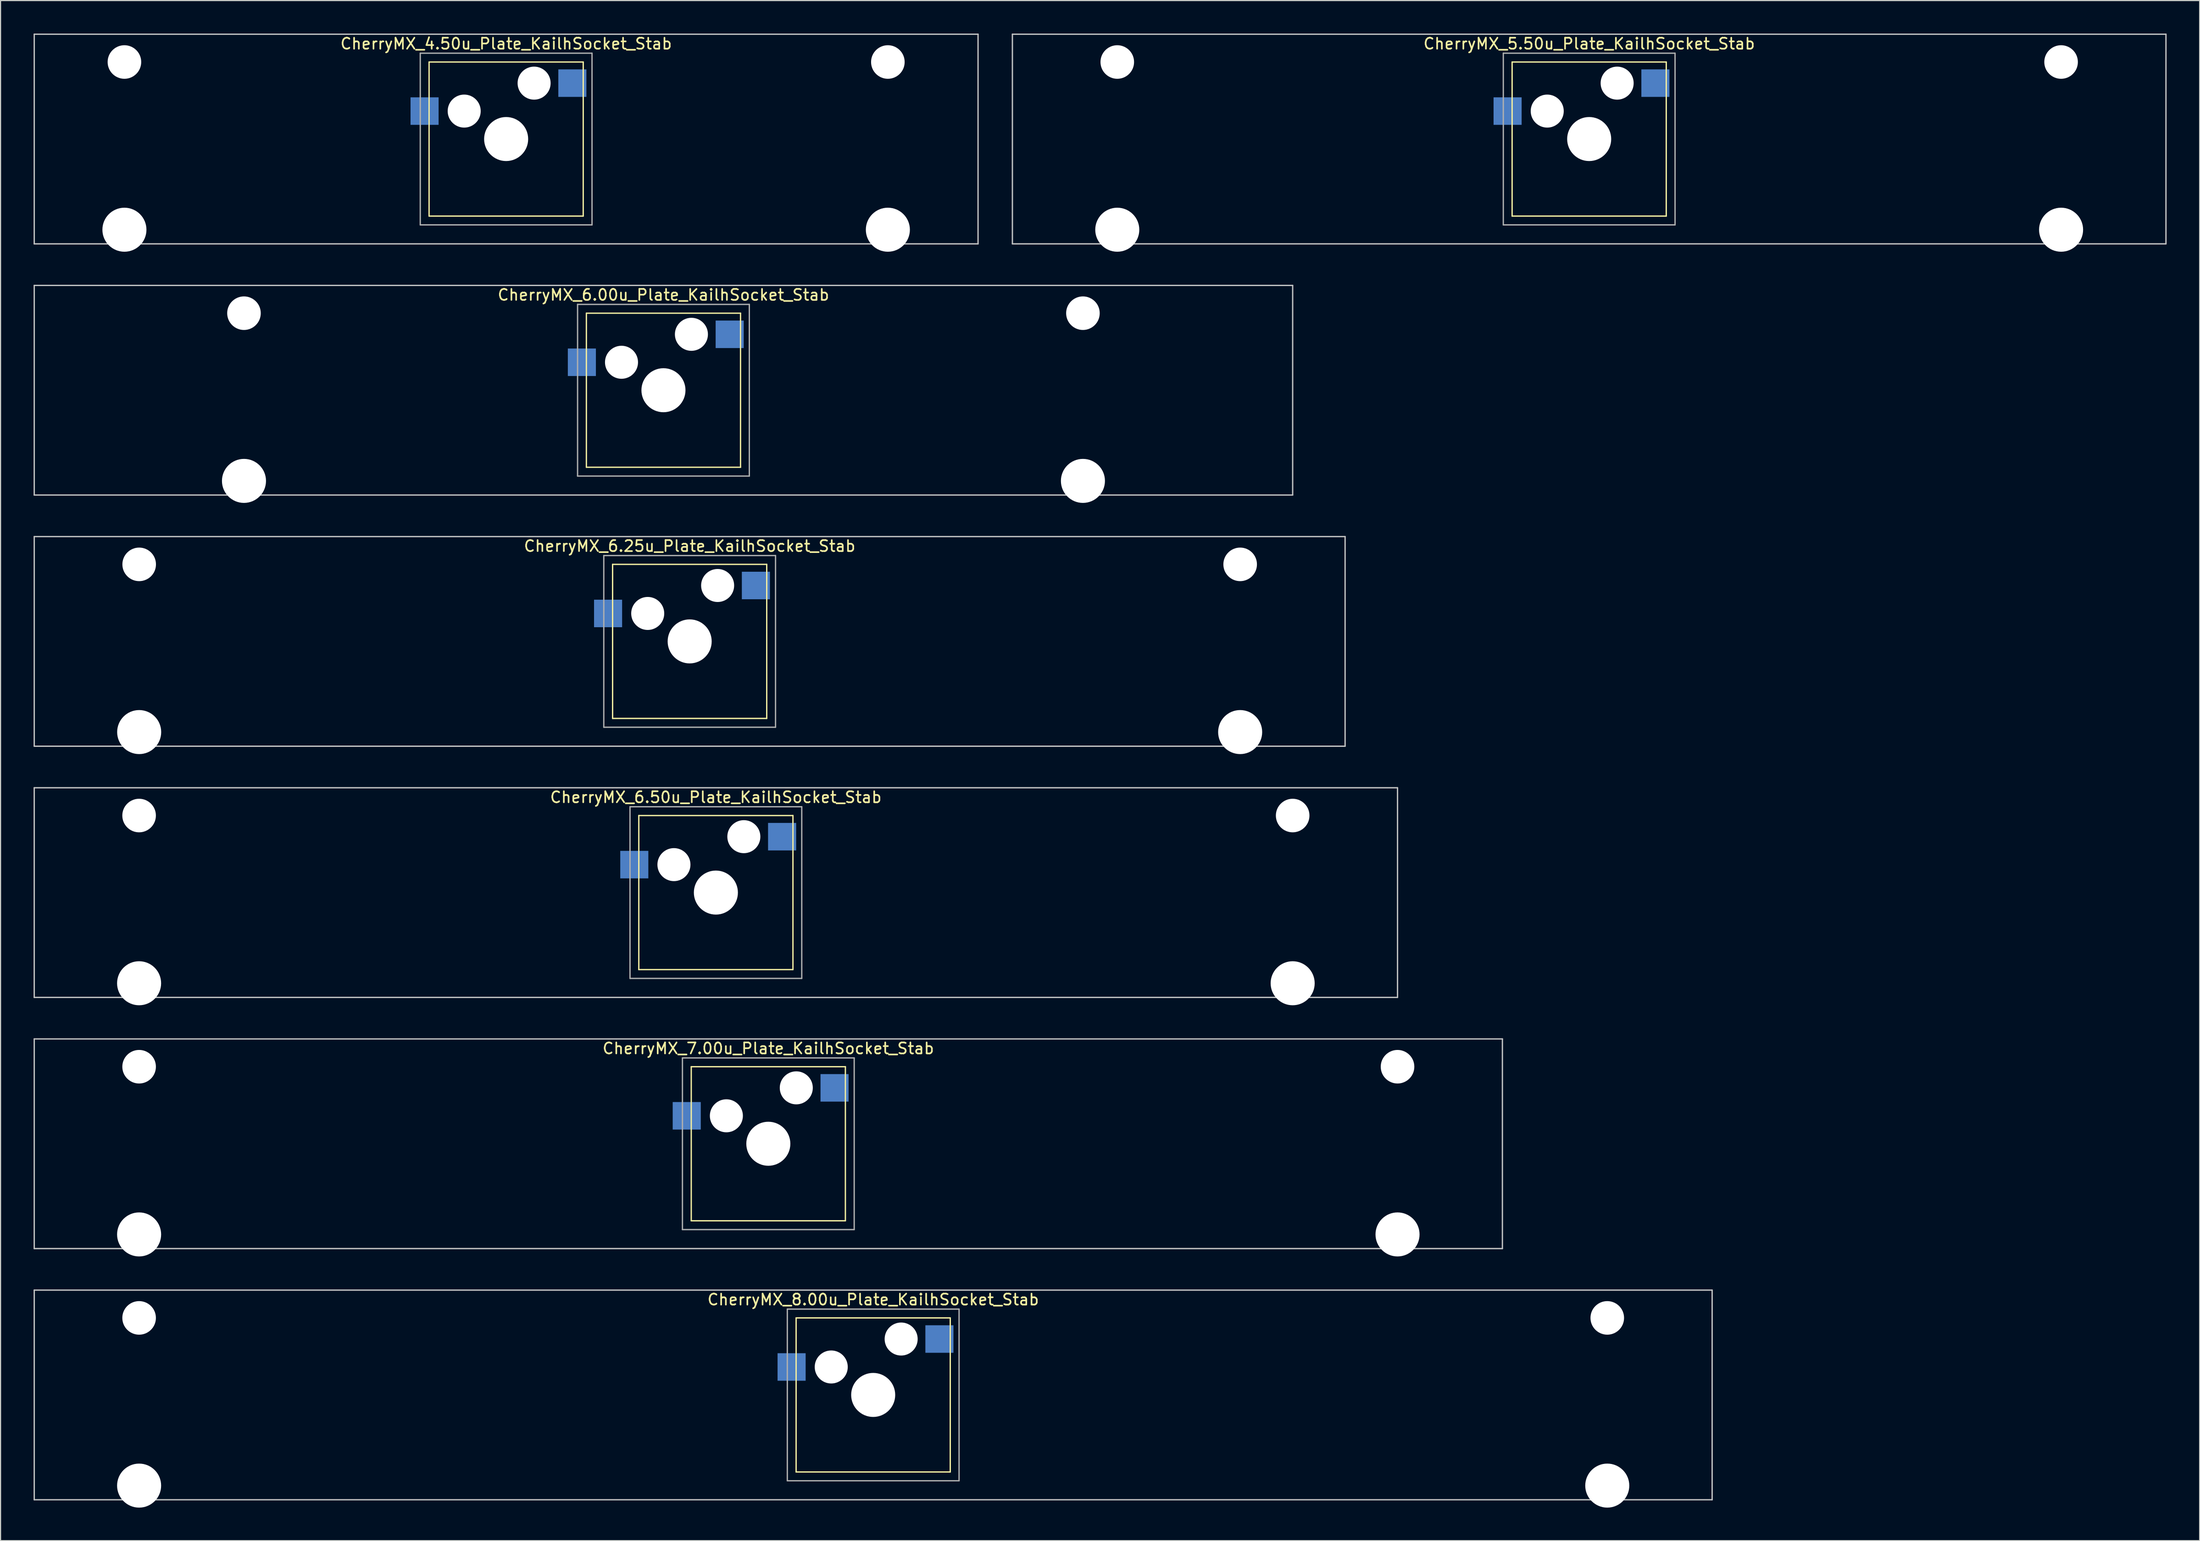
<source format=kicad_pcb>
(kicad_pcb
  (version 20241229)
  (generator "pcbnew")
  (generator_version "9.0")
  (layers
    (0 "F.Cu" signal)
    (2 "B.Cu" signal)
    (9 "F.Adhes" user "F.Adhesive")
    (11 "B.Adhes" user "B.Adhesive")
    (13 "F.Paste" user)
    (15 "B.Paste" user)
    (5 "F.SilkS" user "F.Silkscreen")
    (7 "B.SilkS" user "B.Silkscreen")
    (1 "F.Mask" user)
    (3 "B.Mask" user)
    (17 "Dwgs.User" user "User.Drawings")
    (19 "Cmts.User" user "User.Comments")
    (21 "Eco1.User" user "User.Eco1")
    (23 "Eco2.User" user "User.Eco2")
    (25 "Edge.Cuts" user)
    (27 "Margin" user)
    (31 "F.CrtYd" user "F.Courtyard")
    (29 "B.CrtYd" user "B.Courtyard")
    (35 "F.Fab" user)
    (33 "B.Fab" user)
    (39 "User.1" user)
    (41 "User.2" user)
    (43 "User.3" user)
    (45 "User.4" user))
  (footprint "CherryMX_7.00u_Plate_KailhSocket_Stab"
    (layer "F.Cu")
    (at 66.735 100.885)
    (property "Reference" "CherryMX_7.00u_Plate_KailhSocket_Stab" (at 0 -8.662 0) (layer "F.SilkS") (effects (font (size 1 1) (thickness 0.15))))
    (attr through_hole)
    (fp_line (start -7 -7) (end -7 7) (stroke (width 0.12) (type solid)) (layer "F.SilkS"))
    (fp_line (start -7 -7) (end 7 -7) (stroke (width 0.12) (type solid)) (layer "F.SilkS"))
    (fp_line (start 7 -7) (end 7 7) (stroke (width 0.12) (type solid)) (layer "F.SilkS"))
    (fp_line (start 7 7) (end -7 7) (stroke (width 0.12) (type solid)) (layer "F.SilkS"))
    (fp_line (start -66.675 -9.525) (end 66.675 -9.525) (stroke (width 0.12) (type solid)) (layer "Dwgs.User"))
    (fp_line (start -66.675 9.525) (end -66.675 -9.525) (stroke (width 0.12) (type solid)) (layer "Dwgs.User"))
    (fp_line (start 66.675 -9.525) (end 66.675 9.525) (stroke (width 0.12) (type solid)) (layer "Dwgs.User"))
    (fp_line (start 66.675 9.525) (end -66.675 9.525) (stroke (width 0.12) (type solid)) (layer "Dwgs.User"))
    (fp_line (start -7.8 -7.8) (end -7.8 7.8) (stroke (width 0.12) (type solid)) (layer "F.Fab"))
    (fp_line (start -7.8 -7.8) (end 7.8 -7.8) (stroke (width 0.12) (type solid)) (layer "F.Fab"))
    (fp_line (start -7.8 7.8) (end 7.8 7.8) (stroke (width 0.12) (type solid)) (layer "F.Fab"))
    (fp_line (start 7.8 -7.8) (end 7.8 7.8) (stroke (width 0.12) (type solid)) (layer "F.Fab"))
    (pad "" np_thru_hole circle (at -57.15 -7) (size 3.05 3.05) (drill 3.05) (layers "*.Cu" "*.Mask"))
    (pad "" np_thru_hole circle (at -57.15 8.24) (size 4 4) (drill 4) (layers "*.Cu" "*.Mask"))
    (pad "" np_thru_hole circle (at -3.81 -2.54) (size 3 3) (drill 3) (layers "*.Cu" "*.Mask"))
    (pad "" np_thru_hole circle (at 0 0) (size 4 4) (drill 4) (layers "*.Cu" "*.Mask"))
    (pad "" np_thru_hole circle (at 2.54 -5.08) (size 3 3) (drill 3) (layers "*.Cu" "*.Mask"))
    (pad "" np_thru_hole circle (at 57.15 -7) (size 3.05 3.05) (drill 3.05) (layers "*.Cu" "*.Mask"))
    (pad "" np_thru_hole circle (at 57.15 8.24) (size 4 4) (drill 4) (layers "*.Cu" "*.Mask"))
    (pad "1" smd rect (at -7.41 -2.54) (size 2.55 2.5) (layers "B.Cu" "B.Mask" "B.Paste"))
    (pad "2" smd rect (at 6.015 -5.08) (size 2.55 2.5) (layers "B.Cu" "B.Mask" "B.Paste")))
  (footprint "CherryMX_8.00u_Plate_KailhSocket_Stab"
    (layer "F.Cu")
    (at 76.26 123.71)
    (property "Reference" "CherryMX_8.00u_Plate_KailhSocket_Stab" (at 0 -8.662 0) (layer "F.SilkS") (effects (font (size 1 1) (thickness 0.15))))
    (attr through_hole)
    (fp_line (start -7 -7) (end -7 7) (stroke (width 0.12) (type solid)) (layer "F.SilkS"))
    (fp_line (start -7 -7) (end 7 -7) (stroke (width 0.12) (type solid)) (layer "F.SilkS"))
    (fp_line (start 7 -7) (end 7 7) (stroke (width 0.12) (type solid)) (layer "F.SilkS"))
    (fp_line (start 7 7) (end -7 7) (stroke (width 0.12) (type solid)) (layer "F.SilkS"))
    (fp_line (start -76.2 -9.525) (end 76.2 -9.525) (stroke (width 0.12) (type solid)) (layer "Dwgs.User"))
    (fp_line (start -76.2 9.525) (end -76.2 -9.525) (stroke (width 0.12) (type solid)) (layer "Dwgs.User"))
    (fp_line (start 76.2 -9.525) (end 76.2 9.525) (stroke (width 0.12) (type solid)) (layer "Dwgs.User"))
    (fp_line (start 76.2 9.525) (end -76.2 9.525) (stroke (width 0.12) (type solid)) (layer "Dwgs.User"))
    (fp_line (start -7.8 -7.8) (end -7.8 7.8) (stroke (width 0.12) (type solid)) (layer "F.Fab"))
    (fp_line (start -7.8 -7.8) (end 7.8 -7.8) (stroke (width 0.12) (type solid)) (layer "F.Fab"))
    (fp_line (start -7.8 7.8) (end 7.8 7.8) (stroke (width 0.12) (type solid)) (layer "F.Fab"))
    (fp_line (start 7.8 -7.8) (end 7.8 7.8) (stroke (width 0.12) (type solid)) (layer "F.Fab"))
    (pad "" np_thru_hole circle (at -66.675 -7) (size 3.05 3.05) (drill 3.05) (layers "*.Cu" "*.Mask"))
    (pad "" np_thru_hole circle (at -66.675 8.24) (size 4 4) (drill 4) (layers "*.Cu" "*.Mask"))
    (pad "" np_thru_hole circle (at -3.81 -2.54) (size 3 3) (drill 3) (layers "*.Cu" "*.Mask"))
    (pad "" np_thru_hole circle (at 0 0) (size 4 4) (drill 4) (layers "*.Cu" "*.Mask"))
    (pad "" np_thru_hole circle (at 2.54 -5.08) (size 3 3) (drill 3) (layers "*.Cu" "*.Mask"))
    (pad "" np_thru_hole circle (at 66.675 -7) (size 3.05 3.05) (drill 3.05) (layers "*.Cu" "*.Mask"))
    (pad "" np_thru_hole circle (at 66.675 8.24) (size 4 4) (drill 4) (layers "*.Cu" "*.Mask"))
    (pad "1" smd rect (at -7.41 -2.54) (size 2.55 2.5) (layers "B.Cu" "B.Mask" "B.Paste"))
    (pad "2" smd rect (at 6.015 -5.08) (size 2.55 2.5) (layers "B.Cu" "B.Mask" "B.Paste")))
  (footprint "CherryMX_6.00u_Plate_KailhSocket_Stab"
    (layer "F.Cu")
    (at 57.21 32.41)
    (property "Reference" "CherryMX_6.00u_Plate_KailhSocket_Stab" (at 0 -8.662 0) (layer "F.SilkS") (effects (font (size 1 1) (thickness 0.15))))
    (attr through_hole)
    (fp_line (start -7 -7) (end -7 7) (stroke (width 0.12) (type solid)) (layer "F.SilkS"))
    (fp_line (start -7 -7) (end 7 -7) (stroke (width 0.12) (type solid)) (layer "F.SilkS"))
    (fp_line (start 7 -7) (end 7 7) (stroke (width 0.12) (type solid)) (layer "F.SilkS"))
    (fp_line (start 7 7) (end -7 7) (stroke (width 0.12) (type solid)) (layer "F.SilkS"))
    (fp_line (start -57.15 -9.525) (end 57.15 -9.525) (stroke (width 0.12) (type solid)) (layer "Dwgs.User"))
    (fp_line (start -57.15 9.525) (end -57.15 -9.525) (stroke (width 0.12) (type solid)) (layer "Dwgs.User"))
    (fp_line (start 57.15 -9.525) (end 57.15 9.525) (stroke (width 0.12) (type solid)) (layer "Dwgs.User"))
    (fp_line (start 57.15 9.525) (end -57.15 9.525) (stroke (width 0.12) (type solid)) (layer "Dwgs.User"))
    (fp_line (start -7.8 -7.8) (end -7.8 7.8) (stroke (width 0.12) (type solid)) (layer "F.Fab"))
    (fp_line (start -7.8 -7.8) (end 7.8 -7.8) (stroke (width 0.12) (type solid)) (layer "F.Fab"))
    (fp_line (start -7.8 7.8) (end 7.8 7.8) (stroke (width 0.12) (type solid)) (layer "F.Fab"))
    (fp_line (start 7.8 -7.8) (end 7.8 7.8) (stroke (width 0.12) (type solid)) (layer "F.Fab"))
    (pad "" np_thru_hole circle (at -38.1 -7) (size 3.05 3.05) (drill 3.05) (layers "*.Cu" "*.Mask"))
    (pad "" np_thru_hole circle (at -38.1 8.24) (size 4 4) (drill 4) (layers "*.Cu" "*.Mask"))
    (pad "" np_thru_hole circle (at -3.81 -2.54) (size 3 3) (drill 3) (layers "*.Cu" "*.Mask"))
    (pad "" np_thru_hole circle (at 0 0) (size 4 4) (drill 4) (layers "*.Cu" "*.Mask"))
    (pad "" np_thru_hole circle (at 2.54 -5.08) (size 3 3) (drill 3) (layers "*.Cu" "*.Mask"))
    (pad "" np_thru_hole circle (at 38.1 -7) (size 3.05 3.05) (drill 3.05) (layers "*.Cu" "*.Mask"))
    (pad "" np_thru_hole circle (at 38.1 8.24) (size 4 4) (drill 4) (layers "*.Cu" "*.Mask"))
    (pad "1" smd rect (at -7.41 -2.54) (size 2.55 2.5) (layers "B.Cu" "B.Mask" "B.Paste"))
    (pad "2" smd rect (at 6.015 -5.08) (size 2.55 2.5) (layers "B.Cu" "B.Mask" "B.Paste")))
  (footprint "CherryMX_4.50u_Plate_KailhSocket_Stab"
    (layer "F.Cu")
    (at 42.922 9.585)
    (property "Reference" "CherryMX_4.50u_Plate_KailhSocket_Stab" (at 0 -8.662 0) (layer "F.SilkS") (effects (font (size 1 1) (thickness 0.15))))
    (attr through_hole)
    (fp_line (start -7 -7) (end -7 7) (stroke (width 0.12) (type solid)) (layer "F.SilkS"))
    (fp_line (start -7 -7) (end 7 -7) (stroke (width 0.12) (type solid)) (layer "F.SilkS"))
    (fp_line (start 7 -7) (end 7 7) (stroke (width 0.12) (type solid)) (layer "F.SilkS"))
    (fp_line (start 7 7) (end -7 7) (stroke (width 0.12) (type solid)) (layer "F.SilkS"))
    (fp_line (start -42.862 -9.525) (end 42.862 -9.525) (stroke (width 0.12) (type solid)) (layer "Dwgs.User"))
    (fp_line (start -42.862 9.525) (end -42.862 -9.525) (stroke (width 0.12) (type solid)) (layer "Dwgs.User"))
    (fp_line (start 42.862 -9.525) (end 42.862 9.525) (stroke (width 0.12) (type solid)) (layer "Dwgs.User"))
    (fp_line (start 42.862 9.525) (end -42.862 9.525) (stroke (width 0.12) (type solid)) (layer "Dwgs.User"))
    (fp_line (start -7.8 -7.8) (end -7.8 7.8) (stroke (width 0.12) (type solid)) (layer "F.Fab"))
    (fp_line (start -7.8 -7.8) (end 7.8 -7.8) (stroke (width 0.12) (type solid)) (layer "F.Fab"))
    (fp_line (start -7.8 7.8) (end 7.8 7.8) (stroke (width 0.12) (type solid)) (layer "F.Fab"))
    (fp_line (start 7.8 -7.8) (end 7.8 7.8) (stroke (width 0.12) (type solid)) (layer "F.Fab"))
    (pad "" np_thru_hole circle (at -34.671 -7) (size 3.05 3.05) (drill 3.05) (layers "*.Cu" "*.Mask"))
    (pad "" np_thru_hole circle (at -34.671 8.24) (size 4 4) (drill 4) (layers "*.Cu" "*.Mask"))
    (pad "" np_thru_hole circle (at -3.81 -2.54) (size 3 3) (drill 3) (layers "*.Cu" "*.Mask"))
    (pad "" np_thru_hole circle (at 0 0) (size 4 4) (drill 4) (layers "*.Cu" "*.Mask"))
    (pad "" np_thru_hole circle (at 2.54 -5.08) (size 3 3) (drill 3) (layers "*.Cu" "*.Mask"))
    (pad "" np_thru_hole circle (at 34.671 -7) (size 3.05 3.05) (drill 3.05) (layers "*.Cu" "*.Mask"))
    (pad "" np_thru_hole circle (at 34.671 8.24) (size 4 4) (drill 4) (layers "*.Cu" "*.Mask"))
    (pad "1" smd rect (at -7.41 -2.54) (size 2.55 2.5) (layers "B.Cu" "B.Mask" "B.Paste"))
    (pad "2" smd rect (at 6.015 -5.08) (size 2.55 2.5) (layers "B.Cu" "B.Mask" "B.Paste")))
  (footprint "CherryMX_6.25u_Plate_KailhSocket_Stab"
    (layer "F.Cu")
    (at 59.591 55.235)
    (property "Reference" "CherryMX_6.25u_Plate_KailhSocket_Stab" (at 0 -8.662 0) (layer "F.SilkS") (effects (font (size 1 1) (thickness 0.15))))
    (attr through_hole)
    (fp_line (start -7 -7) (end -7 7) (stroke (width 0.12) (type solid)) (layer "F.SilkS"))
    (fp_line (start -7 -7) (end 7 -7) (stroke (width 0.12) (type solid)) (layer "F.SilkS"))
    (fp_line (start 7 -7) (end 7 7) (stroke (width 0.12) (type solid)) (layer "F.SilkS"))
    (fp_line (start 7 7) (end -7 7) (stroke (width 0.12) (type solid)) (layer "F.SilkS"))
    (fp_line (start -59.531 -9.525) (end 59.531 -9.525) (stroke (width 0.12) (type solid)) (layer "Dwgs.User"))
    (fp_line (start -59.531 9.525) (end -59.531 -9.525) (stroke (width 0.12) (type solid)) (layer "Dwgs.User"))
    (fp_line (start 59.531 -9.525) (end 59.531 9.525) (stroke (width 0.12) (type solid)) (layer "Dwgs.User"))
    (fp_line (start 59.531 9.525) (end -59.531 9.525) (stroke (width 0.12) (type solid)) (layer "Dwgs.User"))
    (fp_line (start -7.8 -7.8) (end -7.8 7.8) (stroke (width 0.12) (type solid)) (layer "F.Fab"))
    (fp_line (start -7.8 -7.8) (end 7.8 -7.8) (stroke (width 0.12) (type solid)) (layer "F.Fab"))
    (fp_line (start -7.8 7.8) (end 7.8 7.8) (stroke (width 0.12) (type solid)) (layer "F.Fab"))
    (fp_line (start 7.8 -7.8) (end 7.8 7.8) (stroke (width 0.12) (type solid)) (layer "F.Fab"))
    (pad "" np_thru_hole circle (at -50 -7) (size 3.05 3.05) (drill 3.05) (layers "*.Cu" "*.Mask"))
    (pad "" np_thru_hole circle (at -50 8.24) (size 4 4) (drill 4) (layers "*.Cu" "*.Mask"))
    (pad "" np_thru_hole circle (at -3.81 -2.54) (size 3 3) (drill 3) (layers "*.Cu" "*.Mask"))
    (pad "" np_thru_hole circle (at 0 0) (size 4 4) (drill 4) (layers "*.Cu" "*.Mask"))
    (pad "" np_thru_hole circle (at 2.54 -5.08) (size 3 3) (drill 3) (layers "*.Cu" "*.Mask"))
    (pad "" np_thru_hole circle (at 50 -7) (size 3.05 3.05) (drill 3.05) (layers "*.Cu" "*.Mask"))
    (pad "" np_thru_hole circle (at 50 8.24) (size 4 4) (drill 4) (layers "*.Cu" "*.Mask"))
    (pad "1" smd rect (at -7.41 -2.54) (size 2.55 2.5) (layers "B.Cu" "B.Mask" "B.Paste"))
    (pad "2" smd rect (at 6.015 -5.08) (size 2.55 2.5) (layers "B.Cu" "B.Mask" "B.Paste")))
  (footprint "CherryMX_6.50u_Plate_KailhSocket_Stab"
    (layer "F.Cu")
    (at 61.972 78.06)
    (property "Reference" "CherryMX_6.50u_Plate_KailhSocket_Stab" (at 0 -8.662 0) (layer "F.SilkS") (effects (font (size 1 1) (thickness 0.15))))
    (attr through_hole)
    (fp_line (start -7 -7) (end -7 7) (stroke (width 0.12) (type solid)) (layer "F.SilkS"))
    (fp_line (start -7 -7) (end 7 -7) (stroke (width 0.12) (type solid)) (layer "F.SilkS"))
    (fp_line (start 7 -7) (end 7 7) (stroke (width 0.12) (type solid)) (layer "F.SilkS"))
    (fp_line (start 7 7) (end -7 7) (stroke (width 0.12) (type solid)) (layer "F.SilkS"))
    (fp_line (start -61.913 -9.525) (end 61.913 -9.525) (stroke (width 0.12) (type solid)) (layer "Dwgs.User"))
    (fp_line (start -61.913 9.525) (end -61.913 -9.525) (stroke (width 0.12) (type solid)) (layer "Dwgs.User"))
    (fp_line (start 61.913 -9.525) (end 61.913 9.525) (stroke (width 0.12) (type solid)) (layer "Dwgs.User"))
    (fp_line (start 61.913 9.525) (end -61.913 9.525) (stroke (width 0.12) (type solid)) (layer "Dwgs.User"))
    (fp_line (start -7.8 -7.8) (end -7.8 7.8) (stroke (width 0.12) (type solid)) (layer "F.Fab"))
    (fp_line (start -7.8 -7.8) (end 7.8 -7.8) (stroke (width 0.12) (type solid)) (layer "F.Fab"))
    (fp_line (start -7.8 7.8) (end 7.8 7.8) (stroke (width 0.12) (type solid)) (layer "F.Fab"))
    (fp_line (start 7.8 -7.8) (end 7.8 7.8) (stroke (width 0.12) (type solid)) (layer "F.Fab"))
    (pad "" np_thru_hole circle (at -52.388 -7) (size 3.05 3.05) (drill 3.05) (layers "*.Cu" "*.Mask"))
    (pad "" np_thru_hole circle (at -52.388 8.24) (size 4 4) (drill 4) (layers "*.Cu" "*.Mask"))
    (pad "" np_thru_hole circle (at -3.81 -2.54) (size 3 3) (drill 3) (layers "*.Cu" "*.Mask"))
    (pad "" np_thru_hole circle (at 0 0) (size 4 4) (drill 4) (layers "*.Cu" "*.Mask"))
    (pad "" np_thru_hole circle (at 2.54 -5.08) (size 3 3) (drill 3) (layers "*.Cu" "*.Mask"))
    (pad "" np_thru_hole circle (at 52.388 -7) (size 3.05 3.05) (drill 3.05) (layers "*.Cu" "*.Mask"))
    (pad "" np_thru_hole circle (at 52.388 8.24) (size 4 4) (drill 4) (layers "*.Cu" "*.Mask"))
    (pad "1" smd rect (at -7.41 -2.54) (size 2.55 2.5) (layers "B.Cu" "B.Mask" "B.Paste"))
    (pad "2" smd rect (at 6.015 -5.08) (size 2.55 2.5) (layers "B.Cu" "B.Mask" "B.Paste")))
  (footprint "CherryMX_5.50u_Plate_KailhSocket_Stab"
    (layer "F.Cu")
    (at 141.292 9.585)
    (property "Reference" "CherryMX_5.50u_Plate_KailhSocket_Stab" (at 0 -8.662 0) (layer "F.SilkS") (effects (font (size 1 1) (thickness 0.15))))
    (attr through_hole)
    (fp_line (start -7 -7) (end -7 7) (stroke (width 0.12) (type solid)) (layer "F.SilkS"))
    (fp_line (start -7 -7) (end 7 -7) (stroke (width 0.12) (type solid)) (layer "F.SilkS"))
    (fp_line (start 7 -7) (end 7 7) (stroke (width 0.12) (type solid)) (layer "F.SilkS"))
    (fp_line (start 7 7) (end -7 7) (stroke (width 0.12) (type solid)) (layer "F.SilkS"))
    (fp_line (start -52.388 -9.525) (end 52.388 -9.525) (stroke (width 0.12) (type solid)) (layer "Dwgs.User"))
    (fp_line (start -52.388 9.525) (end -52.388 -9.525) (stroke (width 0.12) (type solid)) (layer "Dwgs.User"))
    (fp_line (start 52.388 -9.525) (end 52.388 9.525) (stroke (width 0.12) (type solid)) (layer "Dwgs.User"))
    (fp_line (start 52.388 9.525) (end -52.388 9.525) (stroke (width 0.12) (type solid)) (layer "Dwgs.User"))
    (fp_line (start -7.8 -7.8) (end -7.8 7.8) (stroke (width 0.12) (type solid)) (layer "F.Fab"))
    (fp_line (start -7.8 -7.8) (end 7.8 -7.8) (stroke (width 0.12) (type solid)) (layer "F.Fab"))
    (fp_line (start -7.8 7.8) (end 7.8 7.8) (stroke (width 0.12) (type solid)) (layer "F.Fab"))
    (fp_line (start 7.8 -7.8) (end 7.8 7.8) (stroke (width 0.12) (type solid)) (layer "F.Fab"))
    (pad "" np_thru_hole circle (at -42.862 -7) (size 3.05 3.05) (drill 3.05) (layers "*.Cu" "*.Mask"))
    (pad "" np_thru_hole circle (at -42.862 8.24) (size 4 4) (drill 4) (layers "*.Cu" "*.Mask"))
    (pad "" np_thru_hole circle (at -3.81 -2.54) (size 3 3) (drill 3) (layers "*.Cu" "*.Mask"))
    (pad "" np_thru_hole circle (at 0 0) (size 4 4) (drill 4) (layers "*.Cu" "*.Mask"))
    (pad "" np_thru_hole circle (at 2.54 -5.08) (size 3 3) (drill 3) (layers "*.Cu" "*.Mask"))
    (pad "" np_thru_hole circle (at 42.862 -7) (size 3.05 3.05) (drill 3.05) (layers "*.Cu" "*.Mask"))
    (pad "" np_thru_hole circle (at 42.862 8.24) (size 4 4) (drill 4) (layers "*.Cu" "*.Mask"))
    (pad "1" smd rect (at -7.41 -2.54) (size 2.55 2.5) (layers "B.Cu" "B.Mask" "B.Paste"))
    (pad "2" smd rect (at 6.015 -5.08) (size 2.55 2.5) (layers "B.Cu" "B.Mask" "B.Paste")))
  (gr_rect
    (start -3 -3)
    (end 196.74 136.95)
    (stroke (width 0.1) (type default))
    (fill no)
    (layer "Edge.Cuts")))
</source>
